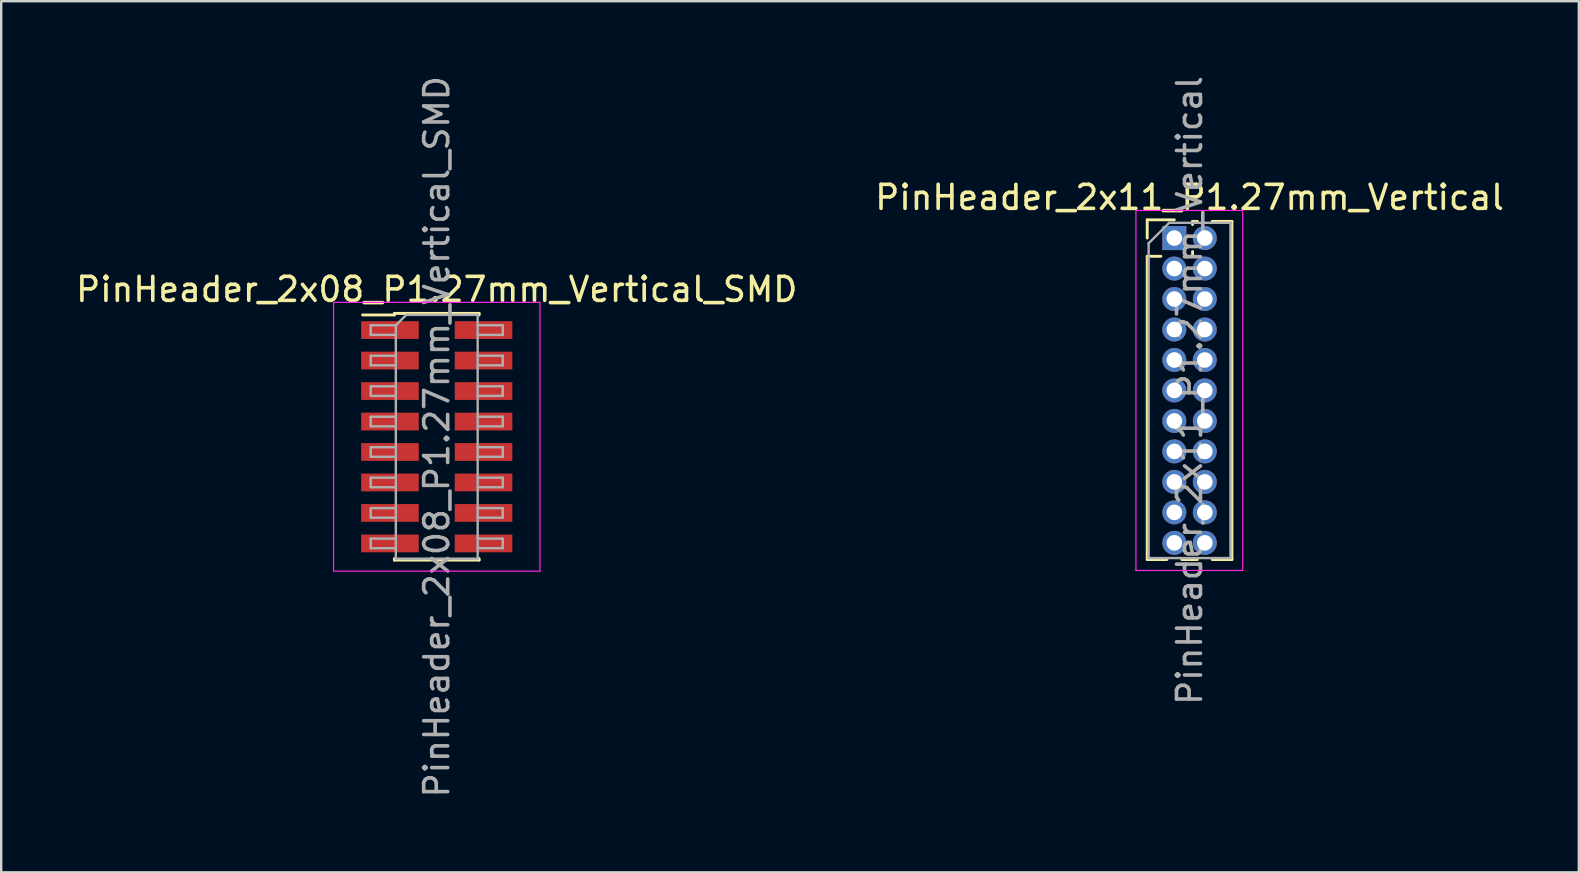
<source format=kicad_pcb>
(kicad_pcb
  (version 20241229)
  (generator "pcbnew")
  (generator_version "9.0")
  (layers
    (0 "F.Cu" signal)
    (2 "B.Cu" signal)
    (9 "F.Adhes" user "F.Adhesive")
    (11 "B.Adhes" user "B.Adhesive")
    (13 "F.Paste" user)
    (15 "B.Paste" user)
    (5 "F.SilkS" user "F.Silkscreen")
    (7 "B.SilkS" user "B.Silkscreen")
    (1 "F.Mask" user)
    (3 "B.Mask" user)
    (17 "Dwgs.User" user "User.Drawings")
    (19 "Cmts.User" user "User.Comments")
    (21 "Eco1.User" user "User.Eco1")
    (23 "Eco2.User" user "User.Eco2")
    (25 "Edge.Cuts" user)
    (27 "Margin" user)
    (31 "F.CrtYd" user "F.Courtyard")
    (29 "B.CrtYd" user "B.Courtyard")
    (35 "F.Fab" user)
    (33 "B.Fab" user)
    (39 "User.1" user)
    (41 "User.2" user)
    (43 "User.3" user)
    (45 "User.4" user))
  (footprint "PinHeader_2x08_P1.27mm_Vertical_SMD"
    (layer "F.Cu")
    (at 15.149 15.149)
    (property "Reference" "PinHeader_2x08_P1.27mm_Vertical_SMD" (at 0 -6.14 0) (layer "F.SilkS") (effects (font (size 1 1) (thickness 0.15))))
    (attr smd)
    (fp_line (start -3.09 -5.075) (end -1.765 -5.075) (stroke (width 0.12) (type solid)) (layer "F.SilkS"))
    (fp_line (start -1.765 -5.14) (end -1.765 -5.075) (stroke (width 0.12) (type solid)) (layer "F.SilkS"))
    (fp_line (start -1.765 -5.14) (end 1.765 -5.14) (stroke (width 0.12) (type solid)) (layer "F.SilkS"))
    (fp_line (start -1.765 5.075) (end -1.765 5.14) (stroke (width 0.12) (type solid)) (layer "F.SilkS"))
    (fp_line (start -1.765 5.14) (end 1.765 5.14) (stroke (width 0.12) (type solid)) (layer "F.SilkS"))
    (fp_line (start 1.765 -5.14) (end 1.765 -5.075) (stroke (width 0.12) (type solid)) (layer "F.SilkS"))
    (fp_line (start 1.765 5.075) (end 1.765 5.14) (stroke (width 0.12) (type solid)) (layer "F.SilkS"))
    (fp_line (start -4.3 -5.6) (end -4.3 5.6) (stroke (width 0.05) (type solid)) (layer "F.CrtYd"))
    (fp_line (start -4.3 5.6) (end 4.3 5.6) (stroke (width 0.05) (type solid)) (layer "F.CrtYd"))
    (fp_line (start 4.3 -5.6) (end -4.3 -5.6) (stroke (width 0.05) (type solid)) (layer "F.CrtYd"))
    (fp_line (start 4.3 5.6) (end 4.3 -5.6) (stroke (width 0.05) (type solid)) (layer "F.CrtYd"))
    (fp_line (start -2.75 -4.645) (end -2.75 -4.245) (stroke (width 0.1) (type solid)) (layer "F.Fab"))
    (fp_line (start -2.75 -4.245) (end -1.705 -4.245) (stroke (width 0.1) (type solid)) (layer "F.Fab"))
    (fp_line (start -2.75 -3.375) (end -2.75 -2.975) (stroke (width 0.1) (type solid)) (layer "F.Fab"))
    (fp_line (start -2.75 -2.975) (end -1.705 -2.975) (stroke (width 0.1) (type solid)) (layer "F.Fab"))
    (fp_line (start -2.75 -2.105) (end -2.75 -1.705) (stroke (width 0.1) (type solid)) (layer "F.Fab"))
    (fp_line (start -2.75 -1.705) (end -1.705 -1.705) (stroke (width 0.1) (type solid)) (layer "F.Fab"))
    (fp_line (start -2.75 -0.835) (end -2.75 -0.435) (stroke (width 0.1) (type solid)) (layer "F.Fab"))
    (fp_line (start -2.75 -0.435) (end -1.705 -0.435) (stroke (width 0.1) (type solid)) (layer "F.Fab"))
    (fp_line (start -2.75 0.435) (end -2.75 0.835) (stroke (width 0.1) (type solid)) (layer "F.Fab"))
    (fp_line (start -2.75 0.835) (end -1.705 0.835) (stroke (width 0.1) (type solid)) (layer "F.Fab"))
    (fp_line (start -2.75 1.705) (end -2.75 2.105) (stroke (width 0.1) (type solid)) (layer "F.Fab"))
    (fp_line (start -2.75 2.105) (end -1.705 2.105) (stroke (width 0.1) (type solid)) (layer "F.Fab"))
    (fp_line (start -2.75 2.975) (end -2.75 3.375) (stroke (width 0.1) (type solid)) (layer "F.Fab"))
    (fp_line (start -2.75 3.375) (end -1.705 3.375) (stroke (width 0.1) (type solid)) (layer "F.Fab"))
    (fp_line (start -2.75 4.245) (end -2.75 4.645) (stroke (width 0.1) (type solid)) (layer "F.Fab"))
    (fp_line (start -2.75 4.645) (end -1.705 4.645) (stroke (width 0.1) (type solid)) (layer "F.Fab"))
    (fp_line (start -1.705 -4.645) (end -2.75 -4.645) (stroke (width 0.1) (type solid)) (layer "F.Fab"))
    (fp_line (start -1.705 -4.645) (end -1.27 -5.08) (stroke (width 0.1) (type solid)) (layer "F.Fab"))
    (fp_line (start -1.705 -3.375) (end -2.75 -3.375) (stroke (width 0.1) (type solid)) (layer "F.Fab"))
    (fp_line (start -1.705 -2.105) (end -2.75 -2.105) (stroke (width 0.1) (type solid)) (layer "F.Fab"))
    (fp_line (start -1.705 -0.835) (end -2.75 -0.835) (stroke (width 0.1) (type solid)) (layer "F.Fab"))
    (fp_line (start -1.705 0.435) (end -2.75 0.435) (stroke (width 0.1) (type solid)) (layer "F.Fab"))
    (fp_line (start -1.705 1.705) (end -2.75 1.705) (stroke (width 0.1) (type solid)) (layer "F.Fab"))
    (fp_line (start -1.705 2.975) (end -2.75 2.975) (stroke (width 0.1) (type solid)) (layer "F.Fab"))
    (fp_line (start -1.705 4.245) (end -2.75 4.245) (stroke (width 0.1) (type solid)) (layer "F.Fab"))
    (fp_line (start -1.705 5.08) (end -1.705 -4.645) (stroke (width 0.1) (type solid)) (layer "F.Fab"))
    (fp_line (start -1.27 -5.08) (end 1.705 -5.08) (stroke (width 0.1) (type solid)) (layer "F.Fab"))
    (fp_line (start 1.705 -5.08) (end 1.705 5.08) (stroke (width 0.1) (type solid)) (layer "F.Fab"))
    (fp_line (start 1.705 -4.645) (end 2.75 -4.645) (stroke (width 0.1) (type solid)) (layer "F.Fab"))
    (fp_line (start 1.705 -3.375) (end 2.75 -3.375) (stroke (width 0.1) (type solid)) (layer "F.Fab"))
    (fp_line (start 1.705 -2.105) (end 2.75 -2.105) (stroke (width 0.1) (type solid)) (layer "F.Fab"))
    (fp_line (start 1.705 -0.835) (end 2.75 -0.835) (stroke (width 0.1) (type solid)) (layer "F.Fab"))
    (fp_line (start 1.705 0.435) (end 2.75 0.435) (stroke (width 0.1) (type solid)) (layer "F.Fab"))
    (fp_line (start 1.705 1.705) (end 2.75 1.705) (stroke (width 0.1) (type solid)) (layer "F.Fab"))
    (fp_line (start 1.705 2.975) (end 2.75 2.975) (stroke (width 0.1) (type solid)) (layer "F.Fab"))
    (fp_line (start 1.705 4.245) (end 2.75 4.245) (stroke (width 0.1) (type solid)) (layer "F.Fab"))
    (fp_line (start 1.705 5.08) (end -1.705 5.08) (stroke (width 0.1) (type solid)) (layer "F.Fab"))
    (fp_line (start 2.75 -4.645) (end 2.75 -4.245) (stroke (width 0.1) (type solid)) (layer "F.Fab"))
    (fp_line (start 2.75 -4.245) (end 1.705 -4.245) (stroke (width 0.1) (type solid)) (layer "F.Fab"))
    (fp_line (start 2.75 -3.375) (end 2.75 -2.975) (stroke (width 0.1) (type solid)) (layer "F.Fab"))
    (fp_line (start 2.75 -2.975) (end 1.705 -2.975) (stroke (width 0.1) (type solid)) (layer "F.Fab"))
    (fp_line (start 2.75 -2.105) (end 2.75 -1.705) (stroke (width 0.1) (type solid)) (layer "F.Fab"))
    (fp_line (start 2.75 -1.705) (end 1.705 -1.705) (stroke (width 0.1) (type solid)) (layer "F.Fab"))
    (fp_line (start 2.75 -0.835) (end 2.75 -0.435) (stroke (width 0.1) (type solid)) (layer "F.Fab"))
    (fp_line (start 2.75 -0.435) (end 1.705 -0.435) (stroke (width 0.1) (type solid)) (layer "F.Fab"))
    (fp_line (start 2.75 0.435) (end 2.75 0.835) (stroke (width 0.1) (type solid)) (layer "F.Fab"))
    (fp_line (start 2.75 0.835) (end 1.705 0.835) (stroke (width 0.1) (type solid)) (layer "F.Fab"))
    (fp_line (start 2.75 1.705) (end 2.75 2.105) (stroke (width 0.1) (type solid)) (layer "F.Fab"))
    (fp_line (start 2.75 2.105) (end 1.705 2.105) (stroke (width 0.1) (type solid)) (layer "F.Fab"))
    (fp_line (start 2.75 2.975) (end 2.75 3.375) (stroke (width 0.1) (type solid)) (layer "F.Fab"))
    (fp_line (start 2.75 3.375) (end 1.705 3.375) (stroke (width 0.1) (type solid)) (layer "F.Fab"))
    (fp_line (start 2.75 4.245) (end 2.75 4.645) (stroke (width 0.1) (type solid)) (layer "F.Fab"))
    (fp_line (start 2.75 4.645) (end 1.705 4.645) (stroke (width 0.1) (type solid)) (layer "F.Fab"))
    (fp_text user "${REFERENCE}" (at 0 0 90) (layer "F.Fab") (effects (font (size 1 1) (thickness 0.15))))
    (pad "1" smd rect (at -1.95 -4.445) (size 2.4 0.74) (layers "F.Cu" "F.Mask" "F.Paste"))
    (pad "2" smd rect (at 1.95 -4.445) (size 2.4 0.74) (layers "F.Cu" "F.Mask" "F.Paste"))
    (pad "3" smd rect (at -1.95 -3.175) (size 2.4 0.74) (layers "F.Cu" "F.Mask" "F.Paste"))
    (pad "4" smd rect (at 1.95 -3.175) (size 2.4 0.74) (layers "F.Cu" "F.Mask" "F.Paste"))
    (pad "5" smd rect (at -1.95 -1.905) (size 2.4 0.74) (layers "F.Cu" "F.Mask" "F.Paste"))
    (pad "6" smd rect (at 1.95 -1.905) (size 2.4 0.74) (layers "F.Cu" "F.Mask" "F.Paste"))
    (pad "7" smd rect (at -1.95 -0.635) (size 2.4 0.74) (layers "F.Cu" "F.Mask" "F.Paste"))
    (pad "8" smd rect (at 1.95 -0.635) (size 2.4 0.74) (layers "F.Cu" "F.Mask" "F.Paste"))
    (pad "9" smd rect (at -1.95 0.635) (size 2.4 0.74) (layers "F.Cu" "F.Mask" "F.Paste"))
    (pad "10" smd rect (at 1.95 0.635) (size 2.4 0.74) (layers "F.Cu" "F.Mask" "F.Paste"))
    (pad "11" smd rect (at -1.95 1.905) (size 2.4 0.74) (layers "F.Cu" "F.Mask" "F.Paste"))
    (pad "12" smd rect (at 1.95 1.905) (size 2.4 0.74) (layers "F.Cu" "F.Mask" "F.Paste"))
    (pad "13" smd rect (at -1.95 3.175) (size 2.4 0.74) (layers "F.Cu" "F.Mask" "F.Paste"))
    (pad "14" smd rect (at 1.95 3.175) (size 2.4 0.74) (layers "F.Cu" "F.Mask" "F.Paste"))
    (pad "15" smd rect (at -1.95 4.445) (size 2.4 0.74) (layers "F.Cu" "F.Mask" "F.Paste"))
    (pad "16" smd rect (at 1.95 4.445) (size 2.4 0.74) (layers "F.Cu" "F.Mask" "F.Paste")))
  (footprint "PinHeader_2x11_P1.27mm_Vertical"
    (layer "F.Cu")
    (at 45.883 6.87)
    (property "Reference" "PinHeader_2x11_P1.27mm_Vertical" (at 0.635 -1.695 0) (layer "F.SilkS") (effects (font (size 1 1) (thickness 0.15))))
    (attr through_hole)
    (fp_line (start -1.13 -0.76) (end 0 -0.76) (stroke (width 0.12) (type solid)) (layer "F.SilkS"))
    (fp_line (start -1.13 0) (end -1.13 -0.76) (stroke (width 0.12) (type solid)) (layer "F.SilkS"))
    (fp_line (start -1.13 0.76) (end -1.13 13.395) (stroke (width 0.12) (type solid)) (layer "F.SilkS"))
    (fp_line (start -1.13 0.76) (end -0.563 0.76) (stroke (width 0.12) (type solid)) (layer "F.SilkS"))
    (fp_line (start -1.13 13.395) (end -0.308 13.395) (stroke (width 0.12) (type solid)) (layer "F.SilkS"))
    (fp_line (start 0.308 13.395) (end 0.962 13.395) (stroke (width 0.12) (type solid)) (layer "F.SilkS"))
    (fp_line (start 0.563 0.76) (end 0.707 0.76) (stroke (width 0.12) (type solid)) (layer "F.SilkS"))
    (fp_line (start 0.76 -0.695) (end 0.962 -0.695) (stroke (width 0.12) (type solid)) (layer "F.SilkS"))
    (fp_line (start 0.76 -0.563) (end 0.76 -0.695) (stroke (width 0.12) (type solid)) (layer "F.SilkS"))
    (fp_line (start 0.76 0.707) (end 0.76 0.563) (stroke (width 0.12) (type solid)) (layer "F.SilkS"))
    (fp_line (start 1.578 -0.695) (end 2.4 -0.695) (stroke (width 0.12) (type solid)) (layer "F.SilkS"))
    (fp_line (start 1.578 13.395) (end 2.4 13.395) (stroke (width 0.12) (type solid)) (layer "F.SilkS"))
    (fp_line (start 2.4 -0.695) (end 2.4 13.395) (stroke (width 0.12) (type solid)) (layer "F.SilkS"))
    (fp_line (start -1.6 -1.15) (end -1.6 13.85) (stroke (width 0.05) (type solid)) (layer "F.CrtYd"))
    (fp_line (start -1.6 13.85) (end 2.85 13.85) (stroke (width 0.05) (type solid)) (layer "F.CrtYd"))
    (fp_line (start 2.85 -1.15) (end -1.6 -1.15) (stroke (width 0.05) (type solid)) (layer "F.CrtYd"))
    (fp_line (start 2.85 13.85) (end 2.85 -1.15) (stroke (width 0.05) (type solid)) (layer "F.CrtYd"))
    (fp_line (start -1.07 0.217) (end -0.217 -0.635) (stroke (width 0.1) (type solid)) (layer "F.Fab"))
    (fp_line (start -1.07 13.335) (end -1.07 0.217) (stroke (width 0.1) (type solid)) (layer "F.Fab"))
    (fp_line (start -0.217 -0.635) (end 2.34 -0.635) (stroke (width 0.1) (type solid)) (layer "F.Fab"))
    (fp_line (start 2.34 -0.635) (end 2.34 13.335) (stroke (width 0.1) (type solid)) (layer "F.Fab"))
    (fp_line (start 2.34 13.335) (end -1.07 13.335) (stroke (width 0.1) (type solid)) (layer "F.Fab"))
    (fp_text user "${REFERENCE}" (at 0.635 6.35 90) (layer "F.Fab") (effects (font (size 1 1) (thickness 0.15))))
    (pad "1" thru_hole rect (at 0 0) (size 1 1) (drill 0.65) (layers "*.Cu" "*.Mask"))
    (pad "2" thru_hole oval (at 1.27 0) (size 1 1) (drill 0.65) (layers "*.Cu" "*.Mask"))
    (pad "3" thru_hole oval (at 0 1.27) (size 1 1) (drill 0.65) (layers "*.Cu" "*.Mask"))
    (pad "4" thru_hole oval (at 1.27 1.27) (size 1 1) (drill 0.65) (layers "*.Cu" "*.Mask"))
    (pad "5" thru_hole oval (at 0 2.54) (size 1 1) (drill 0.65) (layers "*.Cu" "*.Mask"))
    (pad "6" thru_hole oval (at 1.27 2.54) (size 1 1) (drill 0.65) (layers "*.Cu" "*.Mask"))
    (pad "7" thru_hole oval (at 0 3.81) (size 1 1) (drill 0.65) (layers "*.Cu" "*.Mask"))
    (pad "8" thru_hole oval (at 1.27 3.81) (size 1 1) (drill 0.65) (layers "*.Cu" "*.Mask"))
    (pad "9" thru_hole oval (at 0 5.08) (size 1 1) (drill 0.65) (layers "*.Cu" "*.Mask"))
    (pad "10" thru_hole oval (at 1.27 5.08) (size 1 1) (drill 0.65) (layers "*.Cu" "*.Mask"))
    (pad "11" thru_hole oval (at 0 6.35) (size 1 1) (drill 0.65) (layers "*.Cu" "*.Mask"))
    (pad "12" thru_hole oval (at 1.27 6.35) (size 1 1) (drill 0.65) (layers "*.Cu" "*.Mask"))
    (pad "13" thru_hole oval (at 0 7.62) (size 1 1) (drill 0.65) (layers "*.Cu" "*.Mask"))
    (pad "14" thru_hole oval (at 1.27 7.62) (size 1 1) (drill 0.65) (layers "*.Cu" "*.Mask"))
    (pad "15" thru_hole oval (at 0 8.89) (size 1 1) (drill 0.65) (layers "*.Cu" "*.Mask"))
    (pad "16" thru_hole oval (at 1.27 8.89) (size 1 1) (drill 0.65) (layers "*.Cu" "*.Mask"))
    (pad "17" thru_hole oval (at 0 10.16) (size 1 1) (drill 0.65) (layers "*.Cu" "*.Mask"))
    (pad "18" thru_hole oval (at 1.27 10.16) (size 1 1) (drill 0.65) (layers "*.Cu" "*.Mask"))
    (pad "19" thru_hole oval (at 0 11.43) (size 1 1) (drill 0.65) (layers "*.Cu" "*.Mask"))
    (pad "20" thru_hole oval (at 1.27 11.43) (size 1 1) (drill 0.65) (layers "*.Cu" "*.Mask"))
    (pad "21" thru_hole oval (at 0 12.7) (size 1 1) (drill 0.65) (layers "*.Cu" "*.Mask"))
    (pad "22" thru_hole oval (at 1.27 12.7) (size 1 1) (drill 0.65) (layers "*.Cu" "*.Mask")))
  (gr_rect
    (start -3 -3)
    (end 62.738 33.298)
    (stroke (width 0.1) (type default))
    (fill no)
    (layer "Edge.Cuts")))
</source>
